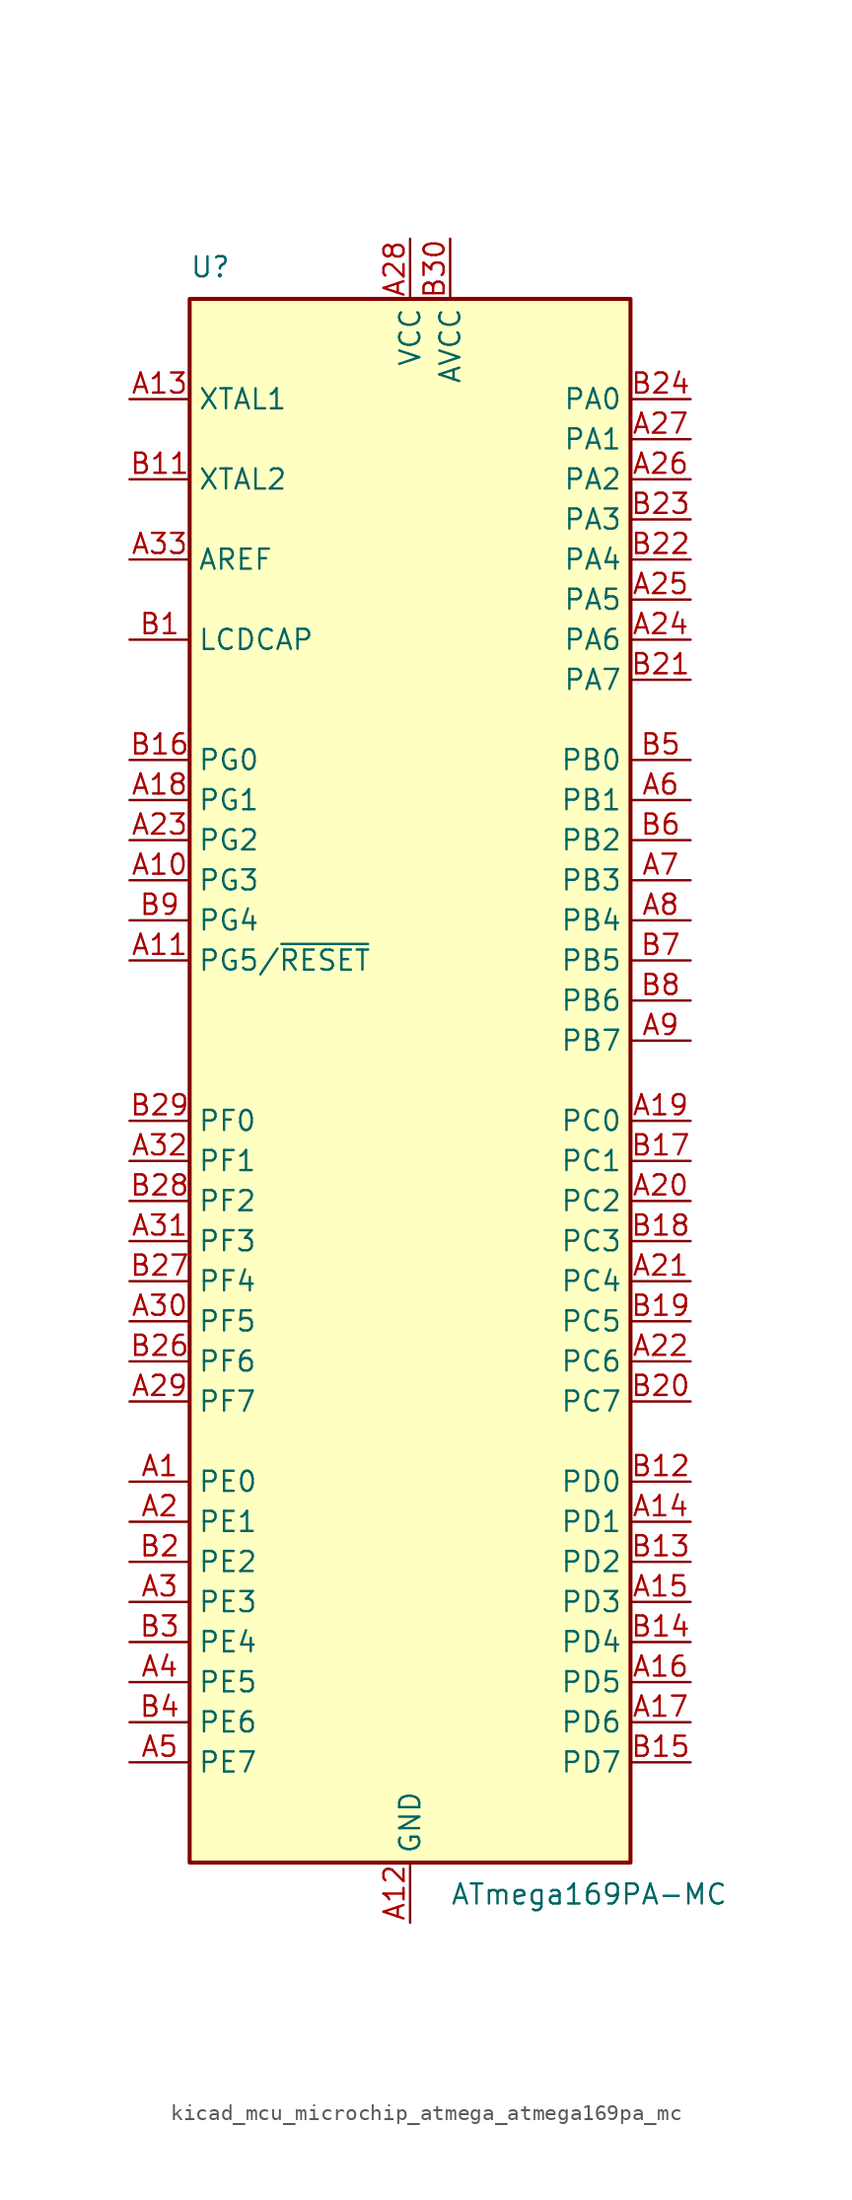
<source format=kicad_sym>
(kicad_symbol_lib
  (version 20220914)
  (generator kicad_symbol_editor)
  (symbol "kicad_mcu_microchip_atmega_atmega169pa_mc"
    (property "Reference" "U"
      (at -13.97 50.8 0)
      (effects (font (size 1.27 1.27)) (justify left bottom)))
    (property "Value" "ATmega169PA-MC"
      (at 2.54 -50.8 0)
      (effects (font (size 1.27 1.27)) (justify left top)))
    (symbol "kicad_mcu_microchip_atmega_atmega169pa_mc_0_1"
      (rectangle (start -13.97 -49.53) (end 13.97 49.53) (stroke (width 0.254) (type default)) (fill (type background))))
    (symbol "kicad_mcu_microchip_atmega_atmega169pa_mc_1_1"
      (pin bidirectional line (at -17.78 -25.4 0) (length 3.81) (name "PE0" (effects (font (size 1.27 1.27)))) (number "A1" (effects (font (size 1.27 1.27)))))
      (pin bidirectional line (at -17.78 12.7 0) (length 3.81) (name "PG3" (effects (font (size 1.27 1.27)))) (number "A10" (effects (font (size 1.27 1.27)))))
      (pin bidirectional line (at -17.78 7.62 0) (length 3.81) (name "PG5/~{RESET}" (effects (font (size 1.27 1.27)))) (number "A11" (effects (font (size 1.27 1.27)))))
      (pin power_in line (at 0 -53.34 90) (length 3.81) (name "GND" (effects (font (size 1.27 1.27)))) (number "A12" (effects (font (size 1.27 1.27)))))
      (pin input line (at -17.78 43.18 0) (length 3.81) (name "XTAL1" (effects (font (size 1.27 1.27)))) (number "A13" (effects (font (size 1.27 1.27)))))
      (pin bidirectional line (at 17.78 -27.94 180) (length 3.81) (name "PD1" (effects (font (size 1.27 1.27)))) (number "A14" (effects (font (size 1.27 1.27)))))
      (pin bidirectional line (at 17.78 -33.02 180) (length 3.81) (name "PD3" (effects (font (size 1.27 1.27)))) (number "A15" (effects (font (size 1.27 1.27)))))
      (pin bidirectional line (at 17.78 -38.1 180) (length 3.81) (name "PD5" (effects (font (size 1.27 1.27)))) (number "A16" (effects (font (size 1.27 1.27)))))
      (pin bidirectional line (at 17.78 -40.64 180) (length 3.81) (name "PD6" (effects (font (size 1.27 1.27)))) (number "A17" (effects (font (size 1.27 1.27)))))
      (pin bidirectional line (at -17.78 17.78 0) (length 3.81) (name "PG1" (effects (font (size 1.27 1.27)))) (number "A18" (effects (font (size 1.27 1.27)))))
      (pin bidirectional line (at 17.78 -2.54 180) (length 3.81) (name "PC0" (effects (font (size 1.27 1.27)))) (number "A19" (effects (font (size 1.27 1.27)))))
      (pin bidirectional line (at -17.78 -27.94 0) (length 3.81) (name "PE1" (effects (font (size 1.27 1.27)))) (number "A2" (effects (font (size 1.27 1.27)))))
      (pin bidirectional line (at 17.78 -7.62 180) (length 3.81) (name "PC2" (effects (font (size 1.27 1.27)))) (number "A20" (effects (font (size 1.27 1.27)))))
      (pin bidirectional line (at 17.78 -12.7 180) (length 3.81) (name "PC4" (effects (font (size 1.27 1.27)))) (number "A21" (effects (font (size 1.27 1.27)))))
      (pin bidirectional line (at 17.78 -17.78 180) (length 3.81) (name "PC6" (effects (font (size 1.27 1.27)))) (number "A22" (effects (font (size 1.27 1.27)))))
      (pin bidirectional line (at -17.78 15.24 0) (length 3.81) (name "PG2" (effects (font (size 1.27 1.27)))) (number "A23" (effects (font (size 1.27 1.27)))))
      (pin bidirectional line (at 17.78 27.94 180) (length 3.81) (name "PA6" (effects (font (size 1.27 1.27)))) (number "A24" (effects (font (size 1.27 1.27)))))
      (pin bidirectional line (at 17.78 30.48 180) (length 3.81) (name "PA5" (effects (font (size 1.27 1.27)))) (number "A25" (effects (font (size 1.27 1.27)))))
      (pin bidirectional line (at 17.78 38.1 180) (length 3.81) (name "PA2" (effects (font (size 1.27 1.27)))) (number "A26" (effects (font (size 1.27 1.27)))))
      (pin bidirectional line (at 17.78 40.64 180) (length 3.81) (name "PA1" (effects (font (size 1.27 1.27)))) (number "A27" (effects (font (size 1.27 1.27)))))
      (pin power_in line (at 0 53.34 270) (length 3.81) (name "VCC" (effects (font (size 1.27 1.27)))) (number "A28" (effects (font (size 1.27 1.27)))))
      (pin bidirectional line (at -17.78 -20.32 0) (length 3.81) (name "PF7" (effects (font (size 1.27 1.27)))) (number "A29" (effects (font (size 1.27 1.27)))))
      (pin bidirectional line (at -17.78 -33.02 0) (length 3.81) (name "PE3" (effects (font (size 1.27 1.27)))) (number "A3" (effects (font (size 1.27 1.27)))))
      (pin bidirectional line (at -17.78 -15.24 0) (length 3.81) (name "PF5" (effects (font (size 1.27 1.27)))) (number "A30" (effects (font (size 1.27 1.27)))))
      (pin bidirectional line (at -17.78 -10.16 0) (length 3.81) (name "PF3" (effects (font (size 1.27 1.27)))) (number "A31" (effects (font (size 1.27 1.27)))))
      (pin bidirectional line (at -17.78 -5.08 0) (length 3.81) (name "PF1" (effects (font (size 1.27 1.27)))) (number "A32" (effects (font (size 1.27 1.27)))))
      (pin passive line (at -17.78 33.02 0) (length 3.81) (name "AREF" (effects (font (size 1.27 1.27)))) (number "A33" (effects (font (size 1.27 1.27)))))
      (pin passive line (at 0 -53.34 90) (length 3.81) hide (name "GND" (effects (font (size 1.27 1.27)))) (number "A34" (effects (font (size 1.27 1.27)))))
      (pin bidirectional line (at -17.78 -38.1 0) (length 3.81) (name "PE5" (effects (font (size 1.27 1.27)))) (number "A4" (effects (font (size 1.27 1.27)))))
      (pin bidirectional line (at -17.78 -43.18 0) (length 3.81) (name "PE7" (effects (font (size 1.27 1.27)))) (number "A5" (effects (font (size 1.27 1.27)))))
      (pin bidirectional line (at 17.78 17.78 180) (length 3.81) (name "PB1" (effects (font (size 1.27 1.27)))) (number "A6" (effects (font (size 1.27 1.27)))))
      (pin bidirectional line (at 17.78 12.7 180) (length 3.81) (name "PB3" (effects (font (size 1.27 1.27)))) (number "A7" (effects (font (size 1.27 1.27)))))
      (pin bidirectional line (at 17.78 10.16 180) (length 3.81) (name "PB4" (effects (font (size 1.27 1.27)))) (number "A8" (effects (font (size 1.27 1.27)))))
      (pin bidirectional line (at 17.78 2.54 180) (length 3.81) (name "PB7" (effects (font (size 1.27 1.27)))) (number "A9" (effects (font (size 1.27 1.27)))))
      (pin passive line (at -17.78 27.94 0) (length 3.81) (name "LCDCAP" (effects (font (size 1.27 1.27)))) (number "B1" (effects (font (size 1.27 1.27)))))
      (pin passive line (at 0 53.34 270) (length 3.81) hide (name "VCC" (effects (font (size 1.27 1.27)))) (number "B10" (effects (font (size 1.27 1.27)))))
      (pin output line (at -17.78 38.1 0) (length 3.81) (name "XTAL2" (effects (font (size 1.27 1.27)))) (number "B11" (effects (font (size 1.27 1.27)))))
      (pin bidirectional line (at 17.78 -25.4 180) (length 3.81) (name "PD0" (effects (font (size 1.27 1.27)))) (number "B12" (effects (font (size 1.27 1.27)))))
      (pin bidirectional line (at 17.78 -30.48 180) (length 3.81) (name "PD2" (effects (font (size 1.27 1.27)))) (number "B13" (effects (font (size 1.27 1.27)))))
      (pin bidirectional line (at 17.78 -35.56 180) (length 3.81) (name "PD4" (effects (font (size 1.27 1.27)))) (number "B14" (effects (font (size 1.27 1.27)))))
      (pin bidirectional line (at 17.78 -43.18 180) (length 3.81) (name "PD7" (effects (font (size 1.27 1.27)))) (number "B15" (effects (font (size 1.27 1.27)))))
      (pin bidirectional line (at -17.78 20.32 0) (length 3.81) (name "PG0" (effects (font (size 1.27 1.27)))) (number "B16" (effects (font (size 1.27 1.27)))))
      (pin bidirectional line (at 17.78 -5.08 180) (length 3.81) (name "PC1" (effects (font (size 1.27 1.27)))) (number "B17" (effects (font (size 1.27 1.27)))))
      (pin bidirectional line (at 17.78 -10.16 180) (length 3.81) (name "PC3" (effects (font (size 1.27 1.27)))) (number "B18" (effects (font (size 1.27 1.27)))))
      (pin bidirectional line (at 17.78 -15.24 180) (length 3.81) (name "PC5" (effects (font (size 1.27 1.27)))) (number "B19" (effects (font (size 1.27 1.27)))))
      (pin bidirectional line (at -17.78 -30.48 0) (length 3.81) (name "PE2" (effects (font (size 1.27 1.27)))) (number "B2" (effects (font (size 1.27 1.27)))))
      (pin bidirectional line (at 17.78 -20.32 180) (length 3.81) (name "PC7" (effects (font (size 1.27 1.27)))) (number "B20" (effects (font (size 1.27 1.27)))))
      (pin bidirectional line (at 17.78 25.4 180) (length 3.81) (name "PA7" (effects (font (size 1.27 1.27)))) (number "B21" (effects (font (size 1.27 1.27)))))
      (pin bidirectional line (at 17.78 33.02 180) (length 3.81) (name "PA4" (effects (font (size 1.27 1.27)))) (number "B22" (effects (font (size 1.27 1.27)))))
      (pin bidirectional line (at 17.78 35.56 180) (length 3.81) (name "PA3" (effects (font (size 1.27 1.27)))) (number "B23" (effects (font (size 1.27 1.27)))))
      (pin bidirectional line (at 17.78 43.18 180) (length 3.81) (name "PA0" (effects (font (size 1.27 1.27)))) (number "B24" (effects (font (size 1.27 1.27)))))
      (pin passive line (at 0 -53.34 90) (length 3.81) hide (name "GND" (effects (font (size 1.27 1.27)))) (number "B25" (effects (font (size 1.27 1.27)))))
      (pin bidirectional line (at -17.78 -17.78 0) (length 3.81) (name "PF6" (effects (font (size 1.27 1.27)))) (number "B26" (effects (font (size 1.27 1.27)))))
      (pin bidirectional line (at -17.78 -12.7 0) (length 3.81) (name "PF4" (effects (font (size 1.27 1.27)))) (number "B27" (effects (font (size 1.27 1.27)))))
      (pin bidirectional line (at -17.78 -7.62 0) (length 3.81) (name "PF2" (effects (font (size 1.27 1.27)))) (number "B28" (effects (font (size 1.27 1.27)))))
      (pin bidirectional line (at -17.78 -2.54 0) (length 3.81) (name "PF0" (effects (font (size 1.27 1.27)))) (number "B29" (effects (font (size 1.27 1.27)))))
      (pin bidirectional line (at -17.78 -35.56 0) (length 3.81) (name "PE4" (effects (font (size 1.27 1.27)))) (number "B3" (effects (font (size 1.27 1.27)))))
      (pin power_in line (at 2.54 53.34 270) (length 3.81) (name "AVCC" (effects (font (size 1.27 1.27)))) (number "B30" (effects (font (size 1.27 1.27)))))
      (pin bidirectional line (at -17.78 -40.64 0) (length 3.81) (name "PE6" (effects (font (size 1.27 1.27)))) (number "B4" (effects (font (size 1.27 1.27)))))
      (pin bidirectional line (at 17.78 20.32 180) (length 3.81) (name "PB0" (effects (font (size 1.27 1.27)))) (number "B5" (effects (font (size 1.27 1.27)))))
      (pin bidirectional line (at 17.78 15.24 180) (length 3.81) (name "PB2" (effects (font (size 1.27 1.27)))) (number "B6" (effects (font (size 1.27 1.27)))))
      (pin bidirectional line (at 17.78 7.62 180) (length 3.81) (name "PB5" (effects (font (size 1.27 1.27)))) (number "B7" (effects (font (size 1.27 1.27)))))
      (pin bidirectional line (at 17.78 5.08 180) (length 3.81) (name "PB6" (effects (font (size 1.27 1.27)))) (number "B8" (effects (font (size 1.27 1.27)))))
      (pin bidirectional line (at -17.78 10.16 0) (length 3.81) (name "PG4" (effects (font (size 1.27 1.27)))) (number "B9" (effects (font (size 1.27 1.27)))))
      (pin passive line (at 0 -53.34 90) (length 3.81) hide (name "GND" (effects (font (size 1.27 1.27)))) (number "EP" (effects (font (size 1.27 1.27))))))))
</source>
